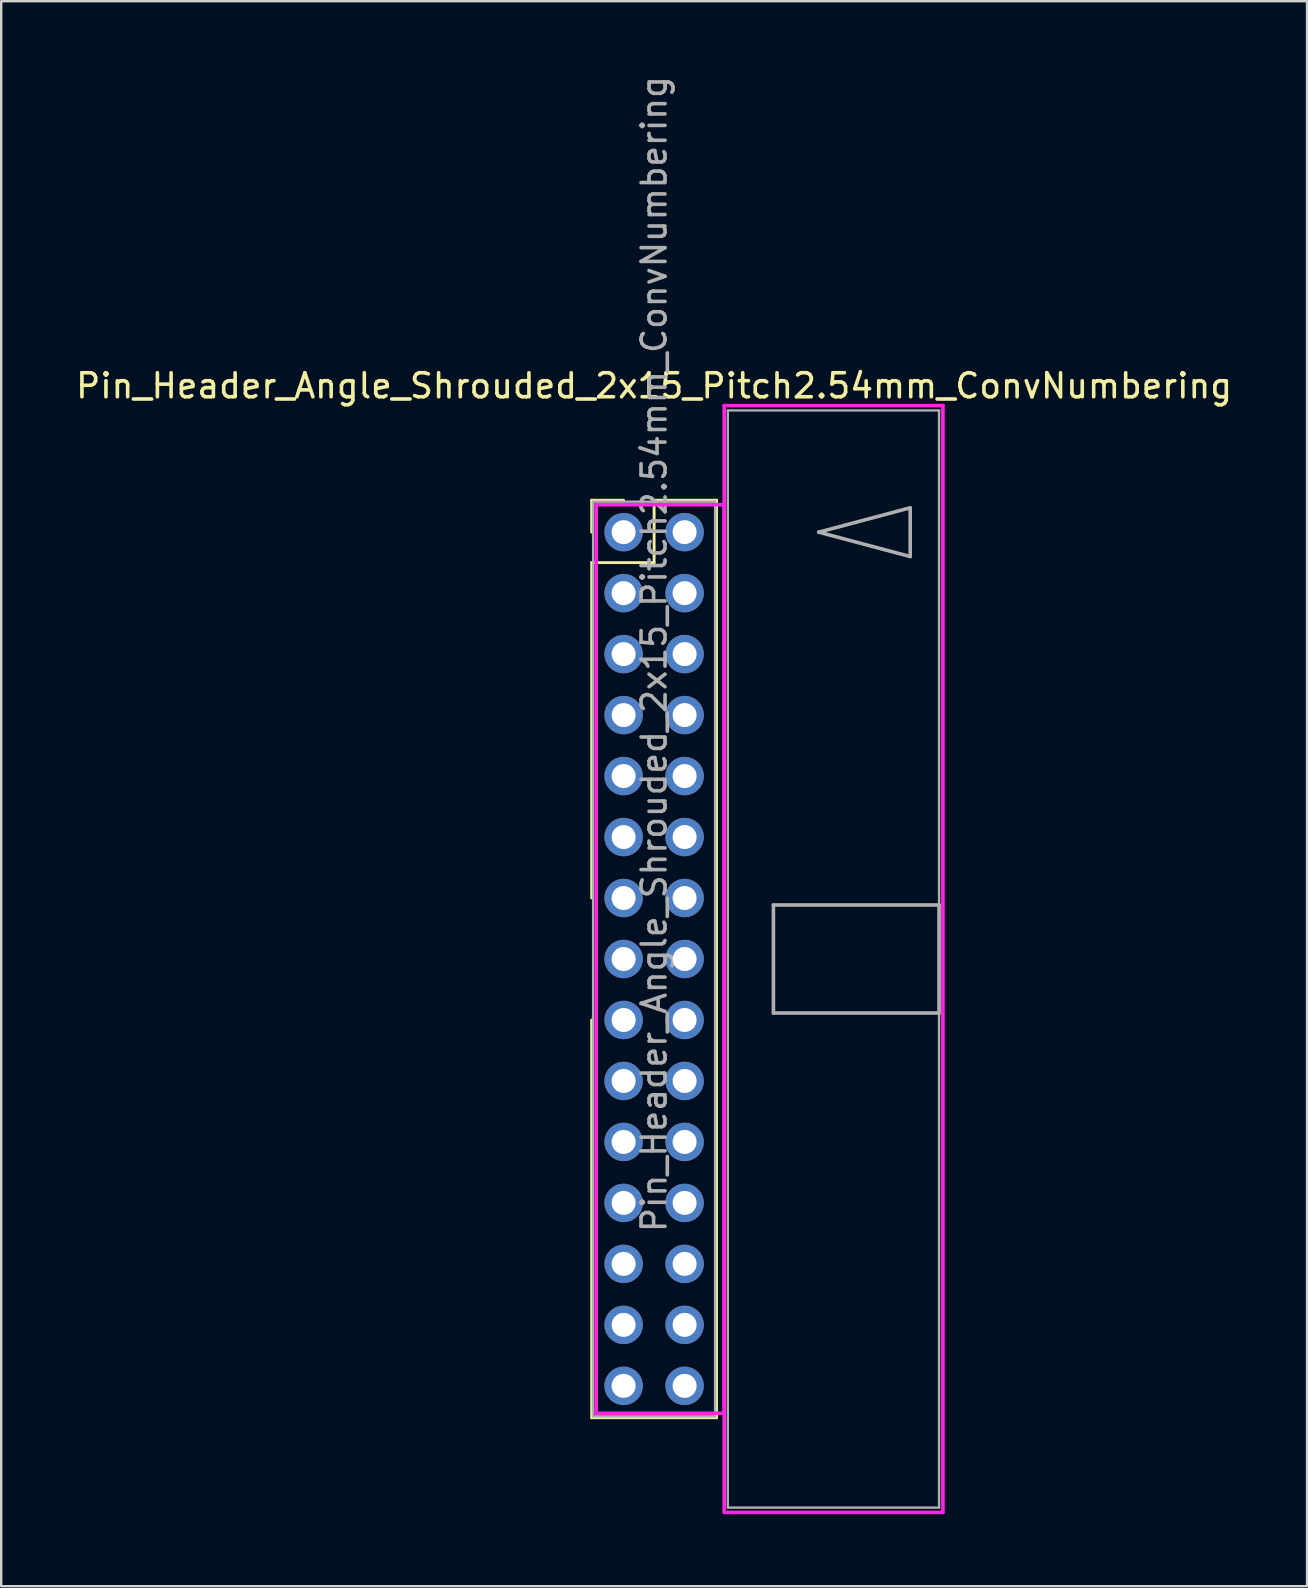
<source format=kicad_pcb>
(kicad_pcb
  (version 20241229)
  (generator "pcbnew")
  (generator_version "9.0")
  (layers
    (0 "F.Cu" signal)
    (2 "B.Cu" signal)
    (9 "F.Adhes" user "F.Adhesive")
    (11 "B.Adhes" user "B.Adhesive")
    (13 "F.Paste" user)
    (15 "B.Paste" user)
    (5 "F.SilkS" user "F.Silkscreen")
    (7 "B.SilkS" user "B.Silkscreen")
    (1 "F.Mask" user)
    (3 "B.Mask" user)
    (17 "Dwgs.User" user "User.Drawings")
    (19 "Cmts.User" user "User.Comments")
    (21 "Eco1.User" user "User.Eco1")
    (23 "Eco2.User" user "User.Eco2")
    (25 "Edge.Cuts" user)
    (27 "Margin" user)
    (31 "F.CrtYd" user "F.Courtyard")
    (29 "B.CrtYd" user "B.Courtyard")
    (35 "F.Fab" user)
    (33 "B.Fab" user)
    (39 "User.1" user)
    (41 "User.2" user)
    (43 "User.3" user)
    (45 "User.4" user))
  (footprint "Pin_Header_Angle_Shrouded_2x15_Pitch2.54mm_ConvNumbering"
    (layer "F.Cu")
    (at 22.926 19.116)
    (property "Reference" "Pin_Header_Angle_Shrouded_2x15_Pitch2.54mm_ConvNumbering" (at 1.27 -6.096 0) (layer "F.SilkS") (effects (font (size 1 1) (thickness 0.15))))
    (attr through_hole)
    (fp_line (start -1.33 -1.33) (end 0 -1.33) (stroke (width 0.12) (type solid)) (layer "F.SilkS"))
    (fp_line (start -1.33 0) (end -1.33 -1.33) (stroke (width 0.12) (type solid)) (layer "F.SilkS"))
    (fp_line (start -1.33 1.27) (end -1.33 15.24) (stroke (width 0.12) (type solid)) (layer "F.SilkS"))
    (fp_line (start -1.33 1.27) (end 1.27 1.27) (stroke (width 0.12) (type solid)) (layer "F.SilkS"))
    (fp_line (start -1.33 20.32) (end -1.33 36.89) (stroke (width 0.12) (type solid)) (layer "F.SilkS"))
    (fp_line (start -1.33 36.89) (end 3.87 36.89) (stroke (width 0.12) (type solid)) (layer "F.SilkS"))
    (fp_line (start 1.27 -1.33) (end 3.87 -1.33) (stroke (width 0.12) (type solid)) (layer "F.SilkS"))
    (fp_line (start 1.27 1.27) (end 1.27 -1.33) (stroke (width 0.12) (type solid)) (layer "F.SilkS"))
    (fp_line (start 3.87 -1.33) (end 3.87 36.89) (stroke (width 0.12) (type solid)) (layer "F.SilkS"))
    (fp_line (start -1.143 -1.143) (end -1.143 36.703) (stroke (width 0.15) (type solid)) (layer "F.CrtYd"))
    (fp_line (start -1.143 36.703) (end 4.19 36.703) (stroke (width 0.15) (type solid)) (layer "F.CrtYd"))
    (fp_line (start 4.19 -5.27) (end 4.19 40.83) (stroke (width 0.15) (type solid)) (layer "F.CrtYd"))
    (fp_line (start 4.19 -1.143) (end -1.143 -1.143) (stroke (width 0.15) (type solid)) (layer "F.CrtYd"))
    (fp_line (start 4.19 36.703) (end 4.19 -1.143) (stroke (width 0.15) (type solid)) (layer "F.CrtYd"))
    (fp_line (start 4.19 40.83) (end 13.3 40.83) (stroke (width 0.15) (type solid)) (layer "F.CrtYd"))
    (fp_line (start 13.3 -5.27) (end 4.19 -5.27) (stroke (width 0.15) (type solid)) (layer "F.CrtYd"))
    (fp_line (start 13.3 40.83) (end 13.3 -5.27) (stroke (width 0.15) (type solid)) (layer "F.CrtYd"))
    (fp_line (start -1.27 -1.27) (end -1.27 36.83) (stroke (width 0.1) (type solid)) (layer "F.Fab"))
    (fp_line (start -1.27 36.83) (end 3.81 36.83) (stroke (width 0.1) (type solid)) (layer "F.Fab"))
    (fp_line (start 3.81 -1.27) (end -1.27 -1.27) (stroke (width 0.1) (type solid)) (layer "F.Fab"))
    (fp_line (start 3.81 36.83) (end 3.81 -1.27) (stroke (width 0.1) (type solid)) (layer "F.Fab"))
    (fp_line (start 4.34 -5.07) (end 4.34 40.63) (stroke (width 0.1) (type solid)) (layer "F.Fab"))
    (fp_line (start 4.34 40.63) (end 13.14 40.63) (stroke (width 0.1) (type solid)) (layer "F.Fab"))
    (fp_line (start 6.24 15.53) (end 6.24 20.03) (stroke (width 0.15) (type solid)) (layer "F.Fab"))
    (fp_line (start 6.24 20.03) (end 13.14 20.03) (stroke (width 0.15) (type solid)) (layer "F.Fab"))
    (fp_line (start 8.128 0) (end 11.938 -1.016) (stroke (width 0.15) (type solid)) (layer "F.Fab"))
    (fp_line (start 11.938 -1.016) (end 11.938 1.016) (stroke (width 0.15) (type solid)) (layer "F.Fab"))
    (fp_line (start 11.938 1.016) (end 8.128 0) (stroke (width 0.15) (type solid)) (layer "F.Fab"))
    (fp_line (start 13.14 -5.07) (end 4.34 -5.07) (stroke (width 0.1) (type solid)) (layer "F.Fab"))
    (fp_line (start 13.14 15.53) (end 6.24 15.53) (stroke (width 0.15) (type solid)) (layer "F.Fab"))
    (fp_line (start 13.14 20.03) (end 13.14 15.53) (stroke (width 0.15) (type solid)) (layer "F.Fab"))
    (fp_line (start 13.14 40.63) (end 13.14 -5.07) (stroke (width 0.1) (type solid)) (layer "F.Fab"))
    (fp_text user "${REFERENCE}" (at 1.27 5.08 90) (layer "F.Fab") (effects (font (size 1 1) (thickness 0.15))))
    (pad "1" thru_hole oval (at 0 0) (size 1.6 1.6) (drill 1) (layers "*.Cu" "*.Mask"))
    (pad "2" thru_hole oval (at 2.54 0) (size 1.6 1.6) (drill 1) (layers "*.Cu" "*.Mask"))
    (pad "3" thru_hole oval (at 0 2.54) (size 1.6 1.6) (drill 1) (layers "*.Cu" "*.Mask"))
    (pad "4" thru_hole oval (at 2.54 2.54) (size 1.6 1.6) (drill 1) (layers "*.Cu" "*.Mask"))
    (pad "5" thru_hole oval (at 0 5.08) (size 1.6 1.6) (drill 1) (layers "*.Cu" "*.Mask"))
    (pad "6" thru_hole oval (at 2.54 5.08) (size 1.6 1.6) (drill 1) (layers "*.Cu" "*.Mask"))
    (pad "7" thru_hole oval (at 0 7.62) (size 1.6 1.6) (drill 1) (layers "*.Cu" "*.Mask"))
    (pad "8" thru_hole oval (at 2.54 7.62) (size 1.6 1.6) (drill 1) (layers "*.Cu" "*.Mask"))
    (pad "9" thru_hole oval (at 0 10.16) (size 1.6 1.6) (drill 1) (layers "*.Cu" "*.Mask"))
    (pad "10" thru_hole oval (at 2.54 10.16) (size 1.6 1.6) (drill 1) (layers "*.Cu" "*.Mask"))
    (pad "11" thru_hole oval (at 0 12.7) (size 1.6 1.6) (drill 1) (layers "*.Cu" "*.Mask"))
    (pad "12" thru_hole oval (at 2.54 12.7) (size 1.6 1.6) (drill 1) (layers "*.Cu" "*.Mask"))
    (pad "13" thru_hole oval (at 0 15.24) (size 1.6 1.6) (drill 1) (layers "*.Cu" "*.Mask"))
    (pad "14" thru_hole oval (at 2.54 15.24) (size 1.6 1.6) (drill 1) (layers "*.Cu" "*.Mask"))
    (pad "15" thru_hole oval (at 0 17.78) (size 1.6 1.6) (drill 1) (layers "*.Cu" "*.Mask"))
    (pad "16" thru_hole oval (at 2.54 17.78) (size 1.6 1.6) (drill 1) (layers "*.Cu" "*.Mask"))
    (pad "17" thru_hole oval (at 0 20.32) (size 1.6 1.6) (drill 1) (layers "*.Cu" "*.Mask"))
    (pad "18" thru_hole oval (at 2.54 20.32) (size 1.6 1.6) (drill 1) (layers "*.Cu" "*.Mask"))
    (pad "19" thru_hole oval (at 0 22.86) (size 1.6 1.6) (drill 1) (layers "*.Cu" "*.Mask"))
    (pad "20" thru_hole oval (at 2.54 22.86) (size 1.6 1.6) (drill 1) (layers "*.Cu" "*.Mask"))
    (pad "21" thru_hole oval (at 0 25.4) (size 1.6 1.6) (drill 1) (layers "*.Cu" "*.Mask"))
    (pad "22" thru_hole oval (at 2.54 25.4) (size 1.6 1.6) (drill 1) (layers "*.Cu" "*.Mask"))
    (pad "23" thru_hole oval (at 0 27.94) (size 1.6 1.6) (drill 1) (layers "*.Cu" "*.Mask"))
    (pad "24" thru_hole oval (at 2.54 27.94) (size 1.6 1.6) (drill 1) (layers "*.Cu" "*.Mask"))
    (pad "25" thru_hole oval (at 0 30.48) (size 1.6 1.6) (drill 1) (layers "*.Cu" "*.Mask"))
    (pad "26" thru_hole oval (at 2.54 30.48) (size 1.6 1.6) (drill 1) (layers "*.Cu" "*.Mask"))
    (pad "27" thru_hole oval (at 0 33.02) (size 1.6 1.6) (drill 1) (layers "*.Cu" "*.Mask"))
    (pad "28" thru_hole oval (at 2.54 33.02) (size 1.6 1.6) (drill 1) (layers "*.Cu" "*.Mask"))
    (pad "29" thru_hole oval (at 0 35.56) (size 1.6 1.6) (drill 1) (layers "*.Cu" "*.Mask"))
    (pad "30" thru_hole oval (at 2.54 35.56) (size 1.6 1.6) (drill 1) (layers "*.Cu" "*.Mask")))
  (gr_rect
    (start -3 -3)
    (end 51.393 63.021)
    (stroke (width 0.1) (type default))
    (fill no)
    (layer "Edge.Cuts")))
</source>
